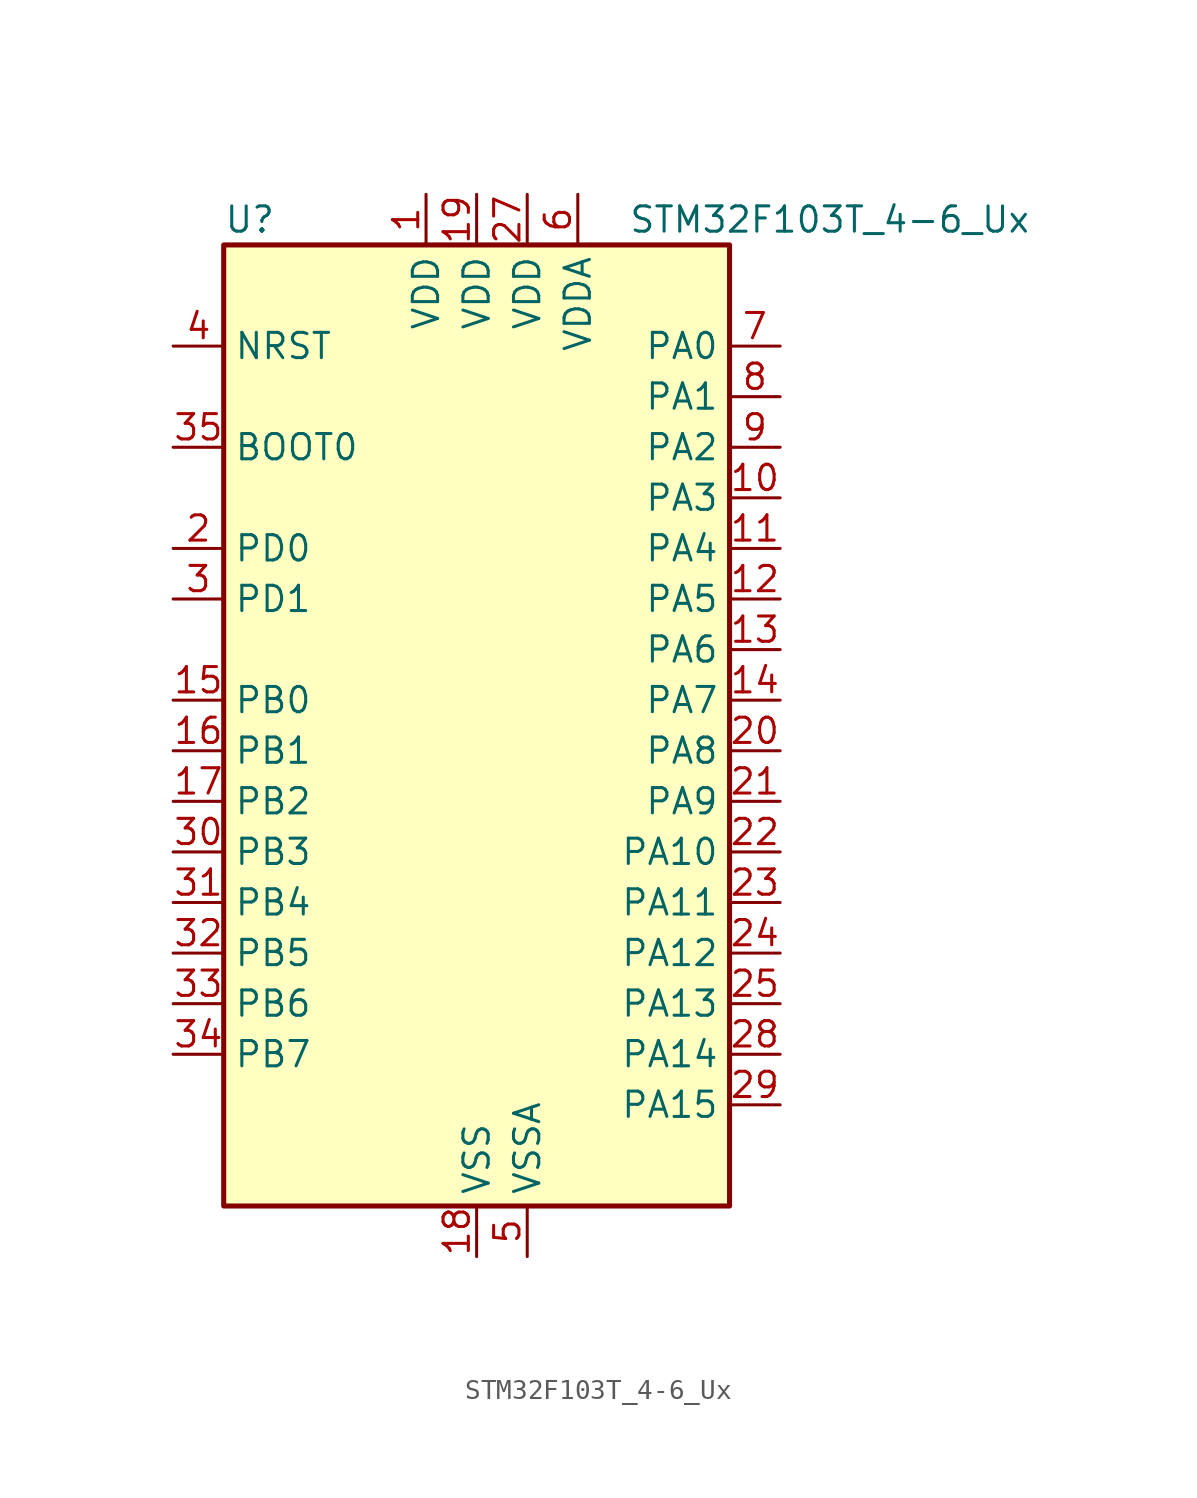
<source format=kicad_sym>
(kicad_symbol_lib
  (version 20241209)
  (generator "kicad_symbol_editor")
  (generator_version "9.0")
  (symbol "STM32F103T_4-6_Ux"
    (property "Reference" "U"
      (at -12.7 26.67 0)
      (effects (font (size 1.27 1.27)) (justify left)))
    (property "Value" "STM32F103T_4-6_Ux"
      (at 7.62 26.67 0)
      (effects (font (size 1.27 1.27)) (justify left)))
    (symbol "STM32F103T_4-6_Ux_0_1"
      (rectangle (start -12.7 -22.86) (end 12.7 25.4) (stroke (width 0.254) (type default)) (fill (type background))))
    (symbol "STM32F103T_4-6_Ux_1_1"
      (pin input line (at -15.24 20.32 0) (length 2.54) (name "NRST" (effects (font (size 1.27 1.27)))) (number "4" (effects (font (size 1.27 1.27)))))
      (pin input line (at -15.24 15.24 0) (length 2.54) (name "BOOT0" (effects (font (size 1.27 1.27)))) (number "35" (effects (font (size 1.27 1.27)))))
      (pin bidirectional line (at -15.24 10.16 0) (length 2.54) (name "PD0" (effects (font (size 1.27 1.27)))) (number "2" (effects (font (size 1.27 1.27)))) (alternate "RCC_OSC_IN" bidirectional line))
      (pin bidirectional line (at -15.24 7.62 0) (length 2.54) (name "PD1" (effects (font (size 1.27 1.27)))) (number "3" (effects (font (size 1.27 1.27)))) (alternate "RCC_OSC_OUT" bidirectional line))
      (pin bidirectional line (at -15.24 2.54 0) (length 2.54) (name "PB0" (effects (font (size 1.27 1.27)))) (number "15" (effects (font (size 1.27 1.27)))) (alternate "ADC1_IN8" bidirectional line) (alternate "ADC2_IN8" bidirectional line) (alternate "TIM1_CH2N" bidirectional line) (alternate "TIM3_CH3" bidirectional line))
      (pin bidirectional line (at -15.24 0 0) (length 2.54) (name "PB1" (effects (font (size 1.27 1.27)))) (number "16" (effects (font (size 1.27 1.27)))) (alternate "ADC1_IN9" bidirectional line) (alternate "ADC2_IN9" bidirectional line) (alternate "TIM1_CH3N" bidirectional line) (alternate "TIM3_CH4" bidirectional line))
      (pin bidirectional line (at -15.24 -2.54 0) (length 2.54) (name "PB2" (effects (font (size 1.27 1.27)))) (number "17" (effects (font (size 1.27 1.27)))))
      (pin bidirectional line (at -15.24 -5.08 0) (length 2.54) (name "PB3" (effects (font (size 1.27 1.27)))) (number "30" (effects (font (size 1.27 1.27)))) (alternate "SPI1_SCK" bidirectional line) (alternate "SYS_JTDO-TRACESWO" bidirectional line) (alternate "TIM2_CH2" bidirectional line))
      (pin bidirectional line (at -15.24 -7.62 0) (length 2.54) (name "PB4" (effects (font (size 1.27 1.27)))) (number "31" (effects (font (size 1.27 1.27)))) (alternate "SPI1_MISO" bidirectional line) (alternate "SYS_NJTRST" bidirectional line) (alternate "TIM3_CH1" bidirectional line))
      (pin bidirectional line (at -15.24 -10.16 0) (length 2.54) (name "PB5" (effects (font (size 1.27 1.27)))) (number "32" (effects (font (size 1.27 1.27)))) (alternate "I2C1_SMBA" bidirectional line) (alternate "SPI1_MOSI" bidirectional line) (alternate "TIM3_CH2" bidirectional line))
      (pin bidirectional line (at -15.24 -12.7 0) (length 2.54) (name "PB6" (effects (font (size 1.27 1.27)))) (number "33" (effects (font (size 1.27 1.27)))) (alternate "I2C1_SCL" bidirectional line) (alternate "USART1_TX" bidirectional line))
      (pin bidirectional line (at -15.24 -15.24 0) (length 2.54) (name "PB7" (effects (font (size 1.27 1.27)))) (number "34" (effects (font (size 1.27 1.27)))) (alternate "I2C1_SDA" bidirectional line) (alternate "USART1_RX" bidirectional line))
      (pin power_in line (at -2.54 27.94 270) (length 2.54) (name "VDD" (effects (font (size 1.27 1.27)))) (number "1" (effects (font (size 1.27 1.27)))))
      (pin power_in line (at 0 27.94 270) (length 2.54) (name "VDD" (effects (font (size 1.27 1.27)))) (number "19" (effects (font (size 1.27 1.27)))))
      (pin power_in line (at 0 -25.4 90) (length 2.54) (name "VSS" (effects (font (size 1.27 1.27)))) (number "18" (effects (font (size 1.27 1.27)))))
      (pin passive line (at 0 -25.4 90) (length 2.54) (hide yes) (name "VSS" (effects (font (size 1.27 1.27)))) (number "26" (effects (font (size 1.27 1.27)))))
      (pin passive line (at 0 -25.4 90) (length 2.54) (hide yes) (name "VSS" (effects (font (size 1.27 1.27)))) (number "36" (effects (font (size 1.27 1.27)))))
      (pin passive line (at 0 -25.4 90) (length 2.54) (hide yes) (name "VSS" (effects (font (size 1.27 1.27)))) (number "37" (effects (font (size 1.27 1.27)))))
      (pin power_in line (at 2.54 27.94 270) (length 2.54) (name "VDD" (effects (font (size 1.27 1.27)))) (number "27" (effects (font (size 1.27 1.27)))))
      (pin power_in line (at 2.54 -25.4 90) (length 2.54) (name "VSSA" (effects (font (size 1.27 1.27)))) (number "5" (effects (font (size 1.27 1.27)))))
      (pin power_in line (at 5.08 27.94 270) (length 2.54) (name "VDDA" (effects (font (size 1.27 1.27)))) (number "6" (effects (font (size 1.27 1.27)))))
      (pin bidirectional line (at 15.24 20.32 180) (length 2.54) (name "PA0" (effects (font (size 1.27 1.27)))) (number "7" (effects (font (size 1.27 1.27)))) (alternate "ADC1_IN0" bidirectional line) (alternate "ADC2_IN0" bidirectional line) (alternate "SYS_WKUP" bidirectional line) (alternate "TIM2_CH1" bidirectional line) (alternate "TIM2_ETR" bidirectional line) (alternate "USART2_CTS" bidirectional line))
      (pin bidirectional line (at 15.24 17.78 180) (length 2.54) (name "PA1" (effects (font (size 1.27 1.27)))) (number "8" (effects (font (size 1.27 1.27)))) (alternate "ADC1_IN1" bidirectional line) (alternate "ADC2_IN1" bidirectional line) (alternate "TIM2_CH2" bidirectional line) (alternate "USART2_RTS" bidirectional line))
      (pin bidirectional line (at 15.24 15.24 180) (length 2.54) (name "PA2" (effects (font (size 1.27 1.27)))) (number "9" (effects (font (size 1.27 1.27)))) (alternate "ADC1_IN2" bidirectional line) (alternate "ADC2_IN2" bidirectional line) (alternate "TIM2_CH3" bidirectional line) (alternate "USART2_TX" bidirectional line))
      (pin bidirectional line (at 15.24 12.7 180) (length 2.54) (name "PA3" (effects (font (size 1.27 1.27)))) (number "10" (effects (font (size 1.27 1.27)))) (alternate "ADC1_IN3" bidirectional line) (alternate "ADC2_IN3" bidirectional line) (alternate "TIM2_CH4" bidirectional line) (alternate "USART2_RX" bidirectional line))
      (pin bidirectional line (at 15.24 10.16 180) (length 2.54) (name "PA4" (effects (font (size 1.27 1.27)))) (number "11" (effects (font (size 1.27 1.27)))) (alternate "ADC1_IN4" bidirectional line) (alternate "ADC2_IN4" bidirectional line) (alternate "SPI1_NSS" bidirectional line) (alternate "USART2_CK" bidirectional line))
      (pin bidirectional line (at 15.24 7.62 180) (length 2.54) (name "PA5" (effects (font (size 1.27 1.27)))) (number "12" (effects (font (size 1.27 1.27)))) (alternate "ADC1_IN5" bidirectional line) (alternate "ADC2_IN5" bidirectional line) (alternate "SPI1_SCK" bidirectional line))
      (pin bidirectional line (at 15.24 5.08 180) (length 2.54) (name "PA6" (effects (font (size 1.27 1.27)))) (number "13" (effects (font (size 1.27 1.27)))) (alternate "ADC1_IN6" bidirectional line) (alternate "ADC2_IN6" bidirectional line) (alternate "SPI1_MISO" bidirectional line) (alternate "TIM1_BKIN" bidirectional line) (alternate "TIM3_CH1" bidirectional line))
      (pin bidirectional line (at 15.24 2.54 180) (length 2.54) (name "PA7" (effects (font (size 1.27 1.27)))) (number "14" (effects (font (size 1.27 1.27)))) (alternate "ADC1_IN7" bidirectional line) (alternate "ADC2_IN7" bidirectional line) (alternate "SPI1_MOSI" bidirectional line) (alternate "TIM1_CH1N" bidirectional line) (alternate "TIM3_CH2" bidirectional line))
      (pin bidirectional line (at 15.24 0 180) (length 2.54) (name "PA8" (effects (font (size 1.27 1.27)))) (number "20" (effects (font (size 1.27 1.27)))) (alternate "RCC_MCO" bidirectional line) (alternate "TIM1_CH1" bidirectional line) (alternate "USART1_CK" bidirectional line))
      (pin bidirectional line (at 15.24 -2.54 180) (length 2.54) (name "PA9" (effects (font (size 1.27 1.27)))) (number "21" (effects (font (size 1.27 1.27)))) (alternate "TIM1_CH2" bidirectional line) (alternate "USART1_TX" bidirectional line))
      (pin bidirectional line (at 15.24 -5.08 180) (length 2.54) (name "PA10" (effects (font (size 1.27 1.27)))) (number "22" (effects (font (size 1.27 1.27)))) (alternate "TIM1_CH3" bidirectional line) (alternate "USART1_RX" bidirectional line))
      (pin bidirectional line (at 15.24 -7.62 180) (length 2.54) (name "PA11" (effects (font (size 1.27 1.27)))) (number "23" (effects (font (size 1.27 1.27)))) (alternate "ADC1_EXTI11" bidirectional line) (alternate "ADC2_EXTI11" bidirectional line) (alternate "CAN_RX" bidirectional line) (alternate "TIM1_CH4" bidirectional line) (alternate "USART1_CTS" bidirectional line) (alternate "USB_DM" bidirectional line))
      (pin bidirectional line (at 15.24 -10.16 180) (length 2.54) (name "PA12" (effects (font (size 1.27 1.27)))) (number "24" (effects (font (size 1.27 1.27)))) (alternate "CAN_TX" bidirectional line) (alternate "TIM1_ETR" bidirectional line) (alternate "USART1_RTS" bidirectional line) (alternate "USB_DP" bidirectional line))
      (pin bidirectional line (at 15.24 -12.7 180) (length 2.54) (name "PA13" (effects (font (size 1.27 1.27)))) (number "25" (effects (font (size 1.27 1.27)))) (alternate "SYS_JTMS-SWDIO" bidirectional line))
      (pin bidirectional line (at 15.24 -15.24 180) (length 2.54) (name "PA14" (effects (font (size 1.27 1.27)))) (number "28" (effects (font (size 1.27 1.27)))) (alternate "SYS_JTCK-SWCLK" bidirectional line))
      (pin bidirectional line (at 15.24 -17.78 180) (length 2.54) (name "PA15" (effects (font (size 1.27 1.27)))) (number "29" (effects (font (size 1.27 1.27)))) (alternate "ADC1_EXTI15" bidirectional line) (alternate "ADC2_EXTI15" bidirectional line) (alternate "SPI1_NSS" bidirectional line) (alternate "SYS_JTDI" bidirectional line) (alternate "TIM2_CH1" bidirectional line) (alternate "TIM2_ETR" bidirectional line)))))
</source>
